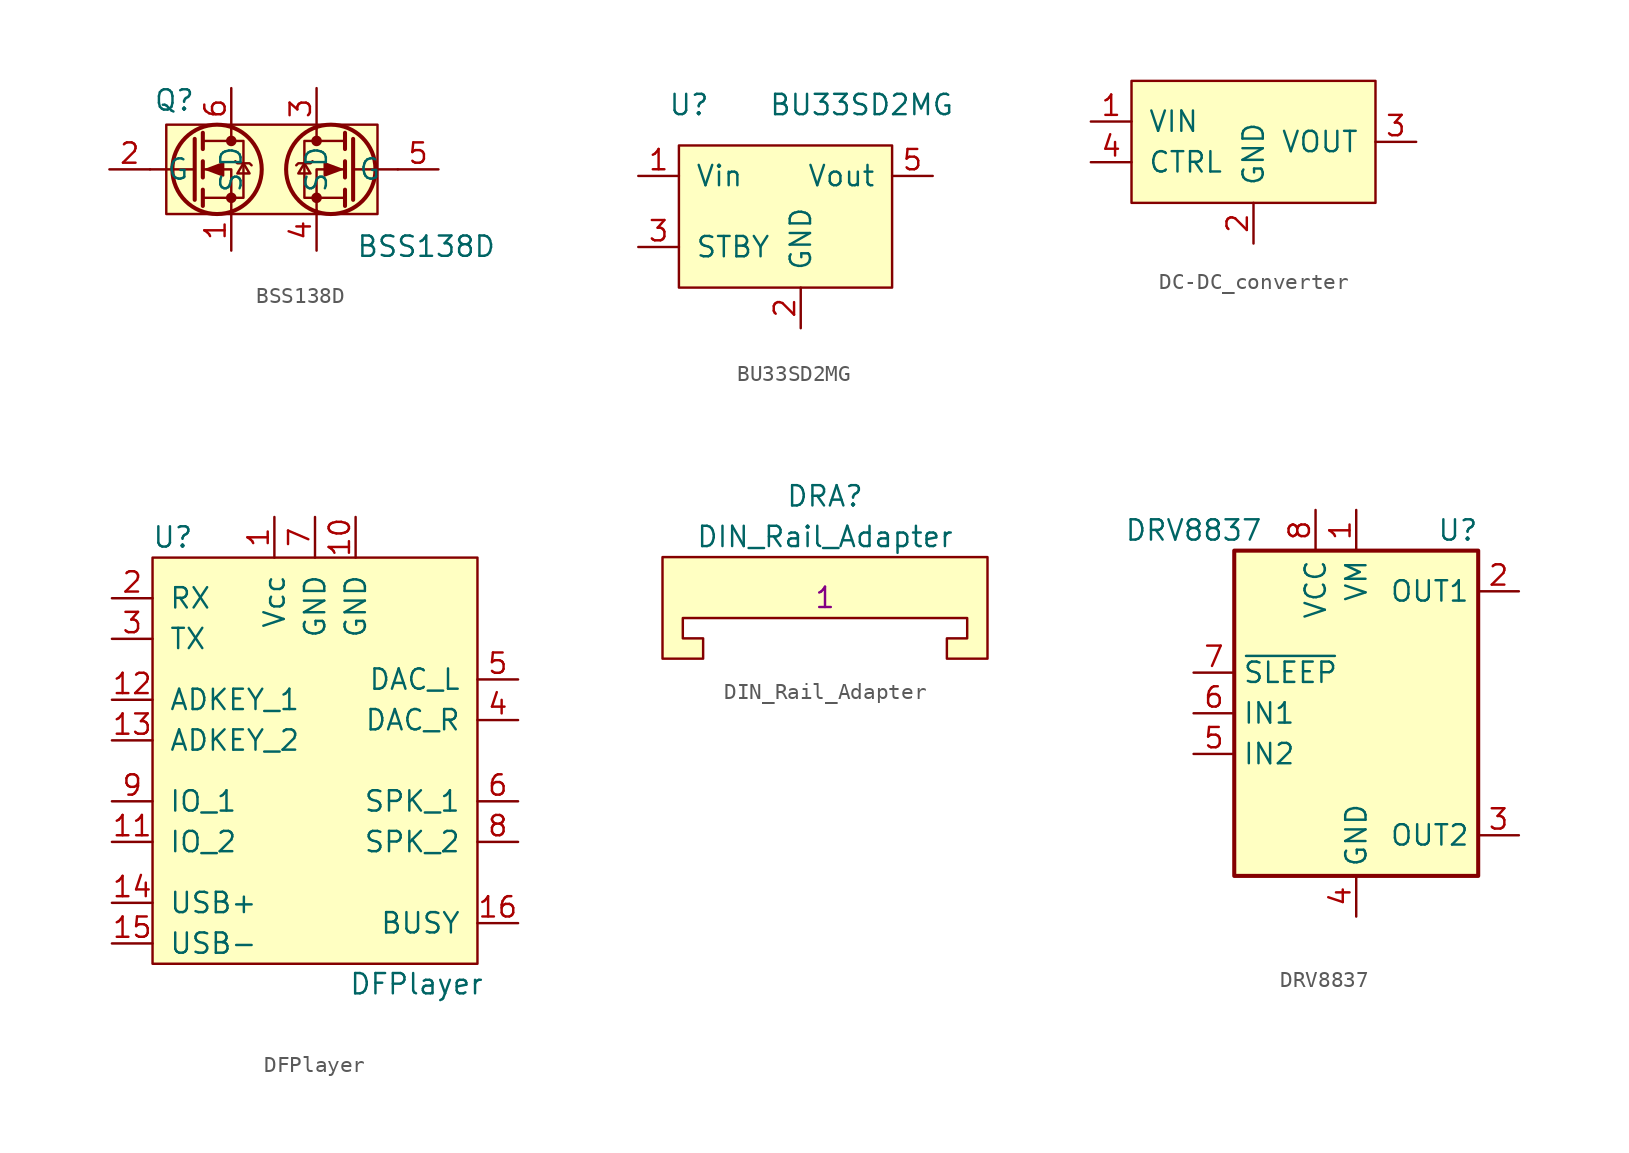
<source format=kicad_sym>
(kicad_symbol_lib
  (version 20220914)
  (generator kicad_symbol_editor)
  (symbol "BSS138D"
    (pin_names
      (offset 1.016))
    (property "Reference" "Q"
      (at -6.096 4.318 0)
      (effects (font (size 1.27 1.27))))
    (property "Value" "BSS138D"
      (at 9.652 -4.826 0)
      (effects (font (size 1.27 1.27))))
    (symbol "BSS138D_0_1"
      (rectangle (start -6.604 2.794) (end 6.604 -2.794) (stroke (width 0.152) (type default)) (fill (type background)))
      (circle (center -3.429 0) (radius 2.794) (stroke (width 0.254) (type default)) (fill (type none)))
      (circle (center -2.54 -1.778) (radius 0.254) (stroke (width 0) (type default)) (fill (type outline)))
      (circle (center -2.54 1.778) (radius 0.254) (stroke (width 0) (type default)) (fill (type outline)))
      (polyline (pts (xy -4.826 0) (xy -7.62 0)) (stroke (width 0) (type default)) (fill (type none)))
      (polyline (pts (xy -4.826 1.905) (xy -4.826 -1.905)) (stroke (width 0.254) (type default)) (fill (type none)))
      (polyline (pts (xy -4.318 -1.27) (xy -4.318 -2.286)) (stroke (width 0.254) (type default)) (fill (type none)))
      (polyline (pts (xy -4.318 0.508) (xy -4.318 -0.508)) (stroke (width 0.254) (type default)) (fill (type none)))
      (polyline (pts (xy -4.318 2.286) (xy -4.318 1.27)) (stroke (width 0.254) (type default)) (fill (type none)))
      (polyline (pts (xy -2.54 2.54) (xy -2.54 1.778)) (stroke (width 0) (type default)) (fill (type none)))
      (polyline (pts (xy 2.794 2.54) (xy 2.794 1.778)) (stroke (width 0) (type default)) (fill (type none)))
      (polyline (pts (xy 4.572 -1.27) (xy 4.572 -2.286)) (stroke (width 0.254) (type default)) (fill (type none)))
      (polyline (pts (xy 4.572 0.508) (xy 4.572 -0.508)) (stroke (width 0.254) (type default)) (fill (type none)))
      (polyline (pts (xy 4.572 2.286) (xy 4.572 1.27)) (stroke (width 0.254) (type default)) (fill (type none)))
      (polyline (pts (xy 5.08 0) (xy 7.874 0)) (stroke (width 0) (type default)) (fill (type none)))
      (polyline (pts (xy 5.08 1.905) (xy 5.08 -1.905)) (stroke (width 0.254) (type default)) (fill (type none)))
      (polyline (pts (xy -2.54 -2.54) (xy -2.54 0) (xy -4.318 0)) (stroke (width 0) (type default)) (fill (type none)))
      (polyline (pts (xy 2.794 -2.54) (xy 2.794 0) (xy 4.572 0)) (stroke (width 0) (type default)) (fill (type none)))
      (polyline (pts (xy -4.318 -1.778) (xy -1.778 -1.778) (xy -1.778 1.778) (xy -4.318 1.778)) (stroke (width 0) (type default)) (fill (type none)))
      (polyline (pts (xy -4.064 0) (xy -3.048 0.381) (xy -3.048 -0.381) (xy -4.064 0)) (stroke (width 0) (type default)) (fill (type outline)))
      (polyline (pts (xy -2.286 0.508) (xy -2.159 0.381) (xy -1.397 0.381) (xy -1.27 0.254)) (stroke (width 0) (type default)) (fill (type none)))
      (polyline (pts (xy -1.778 0.381) (xy -2.159 -0.254) (xy -1.397 -0.254) (xy -1.778 0.381)) (stroke (width 0) (type default)) (fill (type none)))
      (polyline (pts (xy 2.032 0.381) (xy 2.413 -0.254) (xy 1.651 -0.254) (xy 2.032 0.381)) (stroke (width 0) (type default)) (fill (type none)))
      (polyline (pts (xy 2.54 0.508) (xy 2.413 0.381) (xy 1.651 0.381) (xy 1.524 0.254)) (stroke (width 0) (type default)) (fill (type none)))
      (polyline (pts (xy 4.318 0) (xy 3.302 0.381) (xy 3.302 -0.381) (xy 4.318 0)) (stroke (width 0) (type default)) (fill (type outline)))
      (polyline (pts (xy 4.572 -1.778) (xy 2.032 -1.778) (xy 2.032 1.778) (xy 4.572 1.778)) (stroke (width 0) (type default)) (fill (type none)))
      (circle (center 2.794 -1.778) (radius 0.254) (stroke (width 0) (type default)) (fill (type outline)))
      (circle (center 2.794 1.778) (radius 0.254) (stroke (width 0) (type default)) (fill (type outline)))
      (circle (center 3.683 0) (radius 2.794) (stroke (width 0.254) (type default)) (fill (type none))))
    (symbol "BSS138D_1_1"
      (pin passive line (at -2.54 -5.08 90) (length 2.54) (name "S" (effects (font (size 1.27 1.27)))) (number "1" (effects (font (size 1.27 1.27)))))
      (pin input line (at -10.16 0 0) (length 2.54) (name "G" (effects (font (size 1.27 1.27)))) (number "2" (effects (font (size 1.27 1.27)))))
      (pin passive line (at 2.794 5.08 270) (length 2.54) (name "D" (effects (font (size 1.27 1.27)))) (number "3" (effects (font (size 1.27 1.27)))))
      (pin passive line (at 2.794 -5.08 90) (length 2.54) (name "S" (effects (font (size 1.27 1.27)))) (number "4" (effects (font (size 1.27 1.27)))))
      (pin input line (at 10.414 0 180) (length 2.54) (name "G" (effects (font (size 1.27 1.27)))) (number "5" (effects (font (size 1.27 1.27)))))
      (pin passive line (at -2.54 5.08 270) (length 2.54) (name "D" (effects (font (size 1.27 1.27)))) (number "6" (effects (font (size 1.27 1.27)))))))
  (symbol "BU33SD2MG"
    (pin_names
      (offset 1.016))
    (property "Reference" "U"
      (at -5.715 6.35 0)
      (effects (font (size 1.27 1.27))))
    (property "Value" "BU33SD2MG"
      (at 5.08 6.35 0)
      (effects (font (size 1.27 1.27))))
    (symbol "BU33SD2MG_0_1"
      (rectangle (start -6.35 3.81) (end 6.985 -5.08) (stroke (width 0) (type default)) (fill (type background))))
    (symbol "BU33SD2MG_1_1"
      (pin input line (at -8.89 1.905 0) (length 2.54) (name "Vin" (effects (font (size 1.27 1.27)))) (number "1" (effects (font (size 1.27 1.27)))))
      (pin input line (at 1.27 -7.62 90) (length 2.54) (name "GND" (effects (font (size 1.27 1.27)))) (number "2" (effects (font (size 1.27 1.27)))))
      (pin input line (at -8.89 -2.54 0) (length 2.54) (name "STBY" (effects (font (size 1.27 1.27)))) (number "3" (effects (font (size 1.27 1.27)))))
      (pin input line (at 9.525 1.905 180) (length 2.54) (name "Vout" (effects (font (size 1.27 1.27)))) (number "5" (effects (font (size 1.27 1.27)))))))
  (symbol "DC-DC_converter"
    (pin_names
      (offset 1.016))
    (property "Reference" "U"
      (at 0 6.35 0)
      (effects (font (size 1.27 1.27)) hide))
    (symbol "DC-DC_converter_1_0"
      (pin bidirectional line (at -10.16 2.54 0) (length 2.54) (name "VIN" (effects (font (size 1.27 1.27)))) (number "1" (effects (font (size 1.27 1.27)))))
      (pin bidirectional line (at 0 -5.08 90) (length 2.54) (name "GND" (effects (font (size 1.27 1.27)))) (number "2" (effects (font (size 1.27 1.27)))))
      (pin bidirectional line (at 10.16 1.27 180) (length 2.54) (name "VOUT" (effects (font (size 1.27 1.27)))) (number "3" (effects (font (size 1.27 1.27)))))
      (pin bidirectional line (at -10.16 0 0) (length 2.54) (name "CTRL" (effects (font (size 1.27 1.27)))) (number "4" (effects (font (size 1.27 1.27))))))
    (symbol "DC-DC_converter_1_1"
      (rectangle (start -7.62 -2.54) (end 7.62 5.08) (stroke (width 0) (type default)) (fill (type background)))))
  (symbol "DFPlayer"
    (pin_names
      (offset 1.016))
    (property "Reference" "U"
      (at -8.89 13.97 0)
      (effects (font (size 1.27 1.27))))
    (property "Value" "DFPlayer"
      (at 6.35 -13.97 0)
      (effects (font (size 1.27 1.27))))
    (symbol "DFPlayer_0_1"
      (rectangle (start -10.16 12.7) (end 10.16 -12.7) (stroke (width 0) (type default)) (fill (type background))))
    (symbol "DFPlayer_1_1"
      (pin input line (at -2.54 15.24 270) (length 2.54) (name "Vcc" (effects (font (size 1.27 1.27)))) (number "1" (effects (font (size 1.27 1.27)))))
      (pin input line (at 2.54 15.24 270) (length 2.54) (name "GND" (effects (font (size 1.27 1.27)))) (number "10" (effects (font (size 1.27 1.27)))))
      (pin input line (at -12.7 -5.08 0) (length 2.54) (name "IO_2" (effects (font (size 1.27 1.27)))) (number "11" (effects (font (size 1.27 1.27)))))
      (pin input line (at -12.7 3.81 0) (length 2.54) (name "ADKEY_1" (effects (font (size 1.27 1.27)))) (number "12" (effects (font (size 1.27 1.27)))))
      (pin input line (at -12.7 1.27 0) (length 2.54) (name "ADKEY_2" (effects (font (size 1.27 1.27)))) (number "13" (effects (font (size 1.27 1.27)))))
      (pin input line (at -12.7 -8.89 0) (length 2.54) (name "USB+" (effects (font (size 1.27 1.27)))) (number "14" (effects (font (size 1.27 1.27)))))
      (pin input line (at -12.7 -11.43 0) (length 2.54) (name "USB-" (effects (font (size 1.27 1.27)))) (number "15" (effects (font (size 1.27 1.27)))))
      (pin input line (at 12.7 -10.16 180) (length 2.54) (name "BUSY" (effects (font (size 1.27 1.27)))) (number "16" (effects (font (size 1.27 1.27)))))
      (pin input line (at -12.7 10.16 0) (length 2.54) (name "RX" (effects (font (size 1.27 1.27)))) (number "2" (effects (font (size 1.27 1.27)))))
      (pin input line (at -12.7 7.62 0) (length 2.54) (name "TX" (effects (font (size 1.27 1.27)))) (number "3" (effects (font (size 1.27 1.27)))))
      (pin input line (at 12.7 2.54 180) (length 2.54) (name "DAC_R" (effects (font (size 1.27 1.27)))) (number "4" (effects (font (size 1.27 1.27)))))
      (pin input line (at 12.7 5.08 180) (length 2.54) (name "DAC_L" (effects (font (size 1.27 1.27)))) (number "5" (effects (font (size 1.27 1.27)))))
      (pin input line (at 12.7 -2.54 180) (length 2.54) (name "SPK_1" (effects (font (size 1.27 1.27)))) (number "6" (effects (font (size 1.27 1.27)))))
      (pin input line (at 0 15.24 270) (length 2.54) (name "GND" (effects (font (size 1.27 1.27)))) (number "7" (effects (font (size 1.27 1.27)))))
      (pin input line (at 12.7 -5.08 180) (length 2.54) (name "SPK_2" (effects (font (size 1.27 1.27)))) (number "8" (effects (font (size 1.27 1.27)))))
      (pin input line (at -12.7 -2.54 0) (length 2.54) (name "IO_1" (effects (font (size 1.27 1.27)))) (number "9" (effects (font (size 1.27 1.27)))))))
  (symbol "DIN_Rail_Adapter"
    (property "Reference" "DRA"
      (at 0 6.35 0)
      (effects (font (size 1.27 1.27))))
    (property "Value" "DIN_Rail_Adapter"
      (at 0 3.81 0)
      (effects (font (size 1.27 1.27))))
    (property "DNP" "1"
      (at 0 0 0)
      (effects (font (size 1.27 1.27))))
    (symbol "DIN_Rail_Adapter_0_1"
      (polyline (pts (xy 10.16 2.54) (xy -10.16 2.54) (xy -10.16 -3.81) (xy -7.62 -3.81) (xy -7.62 -2.54) (xy -8.89 -2.54) (xy -8.89 -1.27) (xy 8.89 -1.27) (xy 8.89 -2.54) (xy 7.62 -2.54) (xy 7.62 -3.81) (xy 10.16 -3.81) (xy 10.16 2.54) (xy -10.16 2.54)) (stroke (width 0) (type default)) (fill (type background)))))
  (symbol "DRV8837"
    (property "Reference" "U"
      (at 6.35 11.43 0)
      (effects (font (size 1.27 1.27))))
    (property "Value" "DRV8837"
      (at -10.16 11.43 0)
      (effects (font (size 1.27 1.27))))
    (symbol "DRV8837_0_1"
      (rectangle (start -7.62 10.16) (end 7.62 -10.16) (stroke (width 0.254) (type default)) (fill (type background))))
    (symbol "DRV8837_1_1"
      (pin power_in line (at 0 12.7 270) (length 2.54) (name "VM" (effects (font (size 1.27 1.27)))) (number "1" (effects (font (size 1.27 1.27)))))
      (pin output line (at 10.16 7.62 180) (length 2.54) (name "OUT1" (effects (font (size 1.27 1.27)))) (number "2" (effects (font (size 1.27 1.27)))))
      (pin output line (at 10.16 -7.62 180) (length 2.54) (name "OUT2" (effects (font (size 1.27 1.27)))) (number "3" (effects (font (size 1.27 1.27)))))
      (pin power_in line (at 0 -12.7 90) (length 2.54) (name "GND" (effects (font (size 1.27 1.27)))) (number "4" (effects (font (size 1.27 1.27)))))
      (pin input line (at -10.16 -2.54 0) (length 2.54) (name "IN2" (effects (font (size 1.27 1.27)))) (number "5" (effects (font (size 1.27 1.27)))))
      (pin input line (at -10.16 0 0) (length 2.54) (name "IN1" (effects (font (size 1.27 1.27)))) (number "6" (effects (font (size 1.27 1.27)))))
      (pin input line (at -10.16 2.54 0) (length 2.54) (name "~{SLEEP}" (effects (font (size 1.27 1.27)))) (number "7" (effects (font (size 1.27 1.27)))))
      (pin power_in line (at -2.54 12.7 270) (length 2.54) (name "VCC" (effects (font (size 1.27 1.27)))) (number "8" (effects (font (size 1.27 1.27)))))
      (pin passive line (at 0 -12.7 90) (length 2.54) hide (name "GND" (effects (font (size 1.27 1.27)))) (number "9" (effects (font (size 1.27 1.27))))))))
</source>
